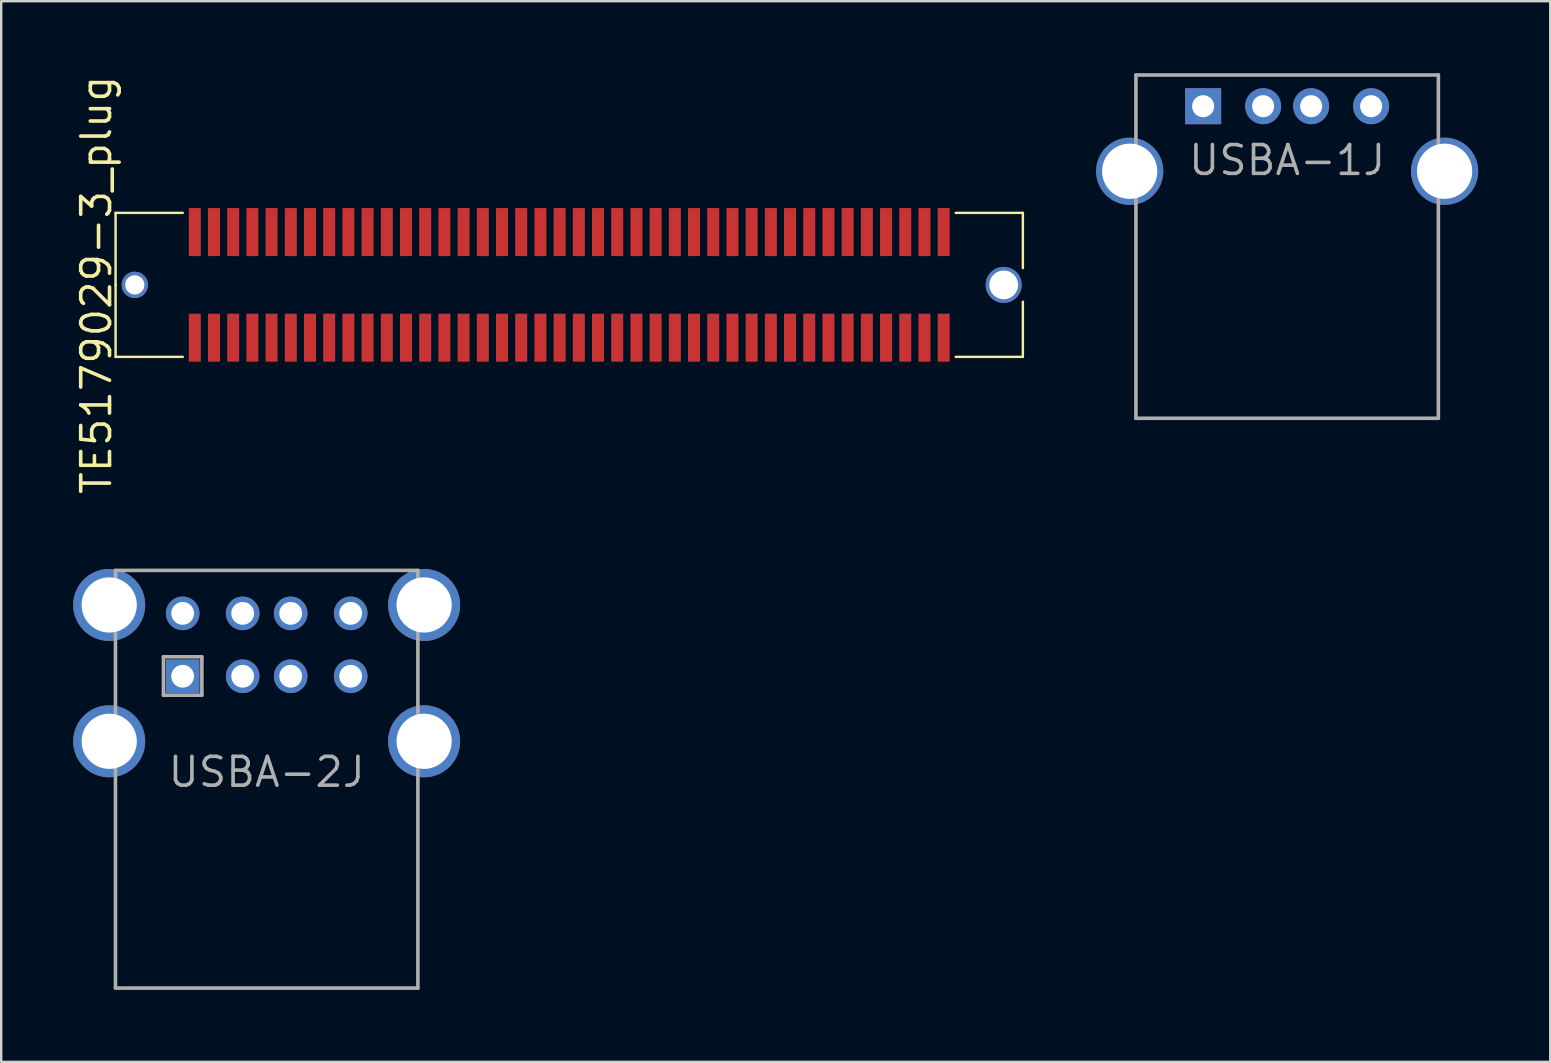
<source format=kicad_pcb>
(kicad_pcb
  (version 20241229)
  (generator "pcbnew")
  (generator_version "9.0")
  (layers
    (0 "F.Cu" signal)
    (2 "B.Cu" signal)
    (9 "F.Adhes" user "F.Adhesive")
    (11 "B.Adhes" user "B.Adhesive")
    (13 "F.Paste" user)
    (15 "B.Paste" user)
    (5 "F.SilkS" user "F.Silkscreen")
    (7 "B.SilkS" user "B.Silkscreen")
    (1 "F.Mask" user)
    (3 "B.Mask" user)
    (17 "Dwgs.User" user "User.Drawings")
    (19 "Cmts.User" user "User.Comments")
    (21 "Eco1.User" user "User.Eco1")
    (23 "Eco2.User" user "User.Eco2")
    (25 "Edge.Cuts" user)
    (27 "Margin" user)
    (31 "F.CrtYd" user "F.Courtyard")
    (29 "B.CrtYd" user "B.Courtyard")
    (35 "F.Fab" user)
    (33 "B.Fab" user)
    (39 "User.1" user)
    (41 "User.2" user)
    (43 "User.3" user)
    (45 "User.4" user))
  (footprint "USBA-1J"
    (layer "F.Cu")
    (at 50.575 1.375)
    (property "Reference" "USBA-1J" (at 0 2.25 0) (layer "F.Fab") (effects (font (size 1.2 1.2) (thickness 0.15))))
    (attr through_hole)
    (fp_line (start -6.3 -1.3) (end 6.3 -1.3) (stroke (width 0.15) (type solid)) (layer "F.Fab"))
    (fp_line (start -6.3 13) (end -6.3 -1.3) (stroke (width 0.15) (type solid)) (layer "F.Fab"))
    (fp_line (start -6.3 13) (end 6.3 13) (stroke (width 0.15) (type solid)) (layer "F.Fab"))
    (fp_line (start 6.3 -1.3) (end 6.3 13) (stroke (width 0.15) (type solid)) (layer "F.Fab"))
    (pad "1" thru_hole rect (at -3.5 0) (size 1.5 1.5) (drill 0.92) (layers "*.Cu" "*.Mask"))
    (pad "2" thru_hole circle (at -1 0) (size 1.5 1.5) (drill 0.92) (layers "*.Cu" "*.Mask"))
    (pad "3" thru_hole circle (at 1 0) (size 1.5 1.5) (drill 0.92) (layers "*.Cu" "*.Mask"))
    (pad "4" thru_hole circle (at 3.5 0) (size 1.5 1.5) (drill 0.92) (layers "*.Cu" "*.Mask"))
    (pad "5" thru_hole circle (at 6.56 2.71) (size 2.8 2.8) (drill 2.3) (layers "*.Cu" "*.Mask"))
    (pad "6" thru_hole circle (at -6.56 2.71) (size 2.8 2.8) (drill 2.3) (layers "*.Cu" "*.Mask")))
  (footprint "USBA-2J"
    (layer "F.Cu")
    (at 8.06 23.814)
    (property "Reference" "USBA-2J" (at 0 5.3 0) (layer "F.Fab") (effects (font (size 1.2 1.2) (thickness 0.15))))
    (attr through_hole)
    (fp_line (start -6.3 -3.1) (end -6.3 14.3) (stroke (width 0.15) (type solid)) (layer "F.Fab"))
    (fp_line (start -6.3 14.3) (end 6.3 14.3) (stroke (width 0.15) (type solid)) (layer "F.Fab"))
    (fp_line (start -4.3 0.5) (end -2.7 0.5) (stroke (width 0.15) (type solid)) (layer "F.Fab"))
    (fp_line (start -4.3 2.1) (end -4.3 0.5) (stroke (width 0.15) (type solid)) (layer "F.Fab"))
    (fp_line (start -2.7 0.5) (end -2.7 2.1) (stroke (width 0.15) (type solid)) (layer "F.Fab"))
    (fp_line (start -2.7 2.1) (end -4.3 2.1) (stroke (width 0.15) (type solid)) (layer "F.Fab"))
    (fp_line (start 6.3 -3.1) (end -6.3 -3.1) (stroke (width 0.15) (type solid)) (layer "F.Fab"))
    (fp_line (start 6.3 14.3) (end 6.3 -3.1) (stroke (width 0.15) (type solid)) (layer "F.Fab"))
    (pad "1" thru_hole rect (at -3.5 1.31) (size 1.4 1.4) (drill 0.95) (layers "*.Cu" "*.Mask"))
    (pad "2" thru_hole circle (at -1 1.31) (size 1.4 1.4) (drill 0.95) (layers "*.Cu" "*.Mask"))
    (pad "3" thru_hole circle (at 1 1.31) (size 1.4 1.4) (drill 0.95) (layers "*.Cu" "*.Mask"))
    (pad "4" thru_hole circle (at 3.5 1.31) (size 1.4 1.4) (drill 0.95) (layers "*.Cu" "*.Mask"))
    (pad "5" thru_hole circle (at -3.5 -1.31) (size 1.4 1.4) (drill 0.95) (layers "*.Cu" "*.Mask"))
    (pad "6" thru_hole circle (at -1 -1.31) (size 1.4 1.4) (drill 0.95) (layers "*.Cu" "*.Mask"))
    (pad "7" thru_hole circle (at 1 -1.31) (size 1.4 1.4) (drill 0.95) (layers "*.Cu" "*.Mask"))
    (pad "8" thru_hole circle (at 3.5 -1.31) (size 1.4 1.4) (drill 0.95) (layers "*.Cu" "*.Mask"))
    (pad "9" thru_hole circle (at -6.56 -1.66) (size 3 3) (drill 2.3) (layers "*.Cu" "*.Mask"))
    (pad "10" thru_hole circle (at 6.56 -1.66) (size 3 3) (drill 2.3) (layers "*.Cu" "*.Mask"))
    (pad "11" thru_hole circle (at -6.56 4.02) (size 3 3) (drill 2.3) (layers "*.Cu" "*.Mask"))
    (pad "12" thru_hole circle (at 6.56 4.02) (size 3 3) (drill 2.3) (layers "*.Cu" "*.Mask")))
  (footprint "TE5179029-3_plug"
    (layer "F.Cu")
    (at 20.665 8.819)
    (property "Reference" "TE5179029-3_plug" (at -19.7 0 90) (layer "F.SilkS") (effects (font (size 1.2 1.2) (thickness 0.15))))
    (attr through_hole)
    (fp_line (start -18.9 -3) (end -16.1 -3) (stroke (width 0.1) (type solid)) (layer "F.SilkS"))
    (fp_line (start -18.9 0) (end -18.9 -3) (stroke (width 0.1) (type solid)) (layer "F.SilkS"))
    (fp_line (start -18.9 0) (end -18.9 3) (stroke (width 0.1) (type solid)) (layer "F.SilkS"))
    (fp_line (start -18.9 3) (end -16.1 3) (stroke (width 0.1) (type solid)) (layer "F.SilkS"))
    (fp_line (start 18.9 -3) (end 16.1 -3) (stroke (width 0.1) (type solid)) (layer "F.SilkS"))
    (fp_line (start 18.9 -0.7) (end 18.9 -3) (stroke (width 0.1) (type solid)) (layer "F.SilkS"))
    (fp_line (start 18.9 0.7) (end 18.9 3) (stroke (width 0.1) (type solid)) (layer "F.SilkS"))
    (fp_line (start 18.9 3) (end 16.1 3) (stroke (width 0.1) (type solid)) (layer "F.SilkS"))
    (pad "1" smd rect (at -15.6 2.2) (size 0.5 2) (layers "F.Cu" "F.Mask" "F.Paste"))
    (pad "2" smd rect (at -14.8 2.2) (size 0.5 2) (layers "F.Cu" "F.Mask" "F.Paste"))
    (pad "3" smd rect (at -14 2.2) (size 0.5 2) (layers "F.Cu" "F.Mask" "F.Paste"))
    (pad "4" smd rect (at -13.2 2.2) (size 0.5 2) (layers "F.Cu" "F.Mask" "F.Paste"))
    (pad "5" smd rect (at -12.4 2.2) (size 0.5 2) (layers "F.Cu" "F.Mask" "F.Paste"))
    (pad "6" smd rect (at -11.6 2.2) (size 0.5 2) (layers "F.Cu" "F.Mask" "F.Paste"))
    (pad "7" smd rect (at -10.8 2.2) (size 0.5 2) (layers "F.Cu" "F.Mask" "F.Paste"))
    (pad "8" smd rect (at -10 2.2) (size 0.5 2) (layers "F.Cu" "F.Mask" "F.Paste"))
    (pad "9" smd rect (at -9.2 2.2) (size 0.5 2) (layers "F.Cu" "F.Mask" "F.Paste"))
    (pad "10" smd rect (at -8.4 2.2) (size 0.5 2) (layers "F.Cu" "F.Mask" "F.Paste"))
    (pad "11" smd rect (at -7.6 2.2) (size 0.5 2) (layers "F.Cu" "F.Mask" "F.Paste"))
    (pad "12" smd rect (at -6.8 2.2) (size 0.5 2) (layers "F.Cu" "F.Mask" "F.Paste"))
    (pad "13" smd rect (at -6 2.2) (size 0.5 2) (layers "F.Cu" "F.Mask" "F.Paste"))
    (pad "14" smd rect (at -5.2 2.2) (size 0.5 2) (layers "F.Cu" "F.Mask" "F.Paste"))
    (pad "15" smd rect (at -4.4 2.2) (size 0.5 2) (layers "F.Cu" "F.Mask" "F.Paste"))
    (pad "16" smd rect (at -3.6 2.2) (size 0.5 2) (layers "F.Cu" "F.Mask" "F.Paste"))
    (pad "17" smd rect (at -2.8 2.2) (size 0.5 2) (layers "F.Cu" "F.Mask" "F.Paste"))
    (pad "18" smd rect (at -2 2.2) (size 0.5 2) (layers "F.Cu" "F.Mask" "F.Paste"))
    (pad "19" smd rect (at -1.2 2.2) (size 0.5 2) (layers "F.Cu" "F.Mask" "F.Paste"))
    (pad "20" smd rect (at -0.4 2.2) (size 0.5 2) (layers "F.Cu" "F.Mask" "F.Paste"))
    (pad "21" smd rect (at 0.4 2.2) (size 0.5 2) (layers "F.Cu" "F.Mask" "F.Paste"))
    (pad "22" smd rect (at 1.2 2.2) (size 0.5 2) (layers "F.Cu" "F.Mask" "F.Paste"))
    (pad "23" smd rect (at 2 2.2) (size 0.5 2) (layers "F.Cu" "F.Mask" "F.Paste"))
    (pad "24" smd rect (at 2.8 2.2) (size 0.5 2) (layers "F.Cu" "F.Mask" "F.Paste"))
    (pad "25" smd rect (at 3.6 2.2) (size 0.5 2) (layers "F.Cu" "F.Mask" "F.Paste"))
    (pad "26" smd rect (at 4.4 2.2) (size 0.5 2) (layers "F.Cu" "F.Mask" "F.Paste"))
    (pad "27" smd rect (at 5.2 2.2) (size 0.5 2) (layers "F.Cu" "F.Mask" "F.Paste"))
    (pad "28" smd rect (at 6 2.2) (size 0.5 2) (layers "F.Cu" "F.Mask" "F.Paste"))
    (pad "29" smd rect (at 6.8 2.2) (size 0.5 2) (layers "F.Cu" "F.Mask" "F.Paste"))
    (pad "30" smd rect (at 7.6 2.2) (size 0.5 2) (layers "F.Cu" "F.Mask" "F.Paste"))
    (pad "31" smd rect (at 8.4 2.2) (size 0.5 2) (layers "F.Cu" "F.Mask" "F.Paste"))
    (pad "32" smd rect (at 9.2 2.2) (size 0.5 2) (layers "F.Cu" "F.Mask" "F.Paste"))
    (pad "33" smd rect (at 10 2.2) (size 0.5 2) (layers "F.Cu" "F.Mask" "F.Paste"))
    (pad "34" smd rect (at 10.8 2.2) (size 0.5 2) (layers "F.Cu" "F.Mask" "F.Paste"))
    (pad "35" smd rect (at 11.6 2.2) (size 0.5 2) (layers "F.Cu" "F.Mask" "F.Paste"))
    (pad "36" smd rect (at 12.4 2.2) (size 0.5 2) (layers "F.Cu" "F.Mask" "F.Paste"))
    (pad "37" smd rect (at 13.2 2.2) (size 0.5 2) (layers "F.Cu" "F.Mask" "F.Paste"))
    (pad "38" smd rect (at 14 2.2) (size 0.5 2) (layers "F.Cu" "F.Mask" "F.Paste"))
    (pad "39" smd rect (at 14.8 2.2) (size 0.5 2) (layers "F.Cu" "F.Mask" "F.Paste"))
    (pad "40" smd rect (at 15.6 2.2) (size 0.5 2) (layers "F.Cu" "F.Mask" "F.Paste"))
    (pad "41" smd rect (at 15.6 -2.2) (size 0.5 2) (layers "F.Cu" "F.Mask" "F.Paste"))
    (pad "42" smd rect (at 14.8 -2.2) (size 0.5 2) (layers "F.Cu" "F.Mask" "F.Paste"))
    (pad "43" smd rect (at 14 -2.2) (size 0.5 2) (layers "F.Cu" "F.Mask" "F.Paste"))
    (pad "44" smd rect (at 13.2 -2.2) (size 0.5 2) (layers "F.Cu" "F.Mask" "F.Paste"))
    (pad "45" smd rect (at 12.4 -2.2) (size 0.5 2) (layers "F.Cu" "F.Mask" "F.Paste"))
    (pad "46" smd rect (at 11.6 -2.2) (size 0.5 2) (layers "F.Cu" "F.Mask" "F.Paste"))
    (pad "47" smd rect (at 10.8 -2.2) (size 0.5 2) (layers "F.Cu" "F.Mask" "F.Paste"))
    (pad "48" smd rect (at 10 -2.2) (size 0.5 2) (layers "F.Cu" "F.Mask" "F.Paste"))
    (pad "49" smd rect (at 9.2 -2.2) (size 0.5 2) (layers "F.Cu" "F.Mask" "F.Paste"))
    (pad "50" smd rect (at 8.4 -2.2) (size 0.5 2) (layers "F.Cu" "F.Mask" "F.Paste"))
    (pad "51" smd rect (at 7.6 -2.2) (size 0.5 2) (layers "F.Cu" "F.Mask" "F.Paste"))
    (pad "52" smd rect (at 6.8 -2.2) (size 0.5 2) (layers "F.Cu" "F.Mask" "F.Paste"))
    (pad "53" smd rect (at 6 -2.2) (size 0.5 2) (layers "F.Cu" "F.Mask" "F.Paste"))
    (pad "54" smd rect (at 5.2 -2.2) (size 0.5 2) (layers "F.Cu" "F.Mask" "F.Paste"))
    (pad "55" smd rect (at 4.4 -2.2) (size 0.5 2) (layers "F.Cu" "F.Mask" "F.Paste"))
    (pad "56" smd rect (at 3.6 -2.2) (size 0.5 2) (layers "F.Cu" "F.Mask" "F.Paste"))
    (pad "57" smd rect (at 2.8 -2.2) (size 0.5 2) (layers "F.Cu" "F.Mask" "F.Paste"))
    (pad "58" smd rect (at 2 -2.2) (size 0.5 2) (layers "F.Cu" "F.Mask" "F.Paste"))
    (pad "59" smd rect (at 1.2 -2.2) (size 0.5 2) (layers "F.Cu" "F.Mask" "F.Paste"))
    (pad "60" smd rect (at 0.4 -2.2) (size 0.5 2) (layers "F.Cu" "F.Mask" "F.Paste"))
    (pad "61" smd rect (at -0.4 -2.2) (size 0.5 2) (layers "F.Cu" "F.Mask" "F.Paste"))
    (pad "62" smd rect (at -1.2 -2.2) (size 0.5 2) (layers "F.Cu" "F.Mask" "F.Paste"))
    (pad "63" smd rect (at -2 -2.2) (size 0.5 2) (layers "F.Cu" "F.Mask" "F.Paste"))
    (pad "64" smd rect (at -2.8 -2.2) (size 0.5 2) (layers "F.Cu" "F.Mask" "F.Paste"))
    (pad "65" smd rect (at -3.6 -2.2) (size 0.5 2) (layers "F.Cu" "F.Mask" "F.Paste"))
    (pad "66" smd rect (at -4.4 -2.2) (size 0.5 2) (layers "F.Cu" "F.Mask" "F.Paste"))
    (pad "67" smd rect (at -5.2 -2.2) (size 0.5 2) (layers "F.Cu" "F.Mask" "F.Paste"))
    (pad "68" smd rect (at -6 -2.2) (size 0.5 2) (layers "F.Cu" "F.Mask" "F.Paste"))
    (pad "69" smd rect (at -6.8 -2.2) (size 0.5 2) (layers "F.Cu" "F.Mask" "F.Paste"))
    (pad "70" smd rect (at -7.6 -2.2) (size 0.5 2) (layers "F.Cu" "F.Mask" "F.Paste"))
    (pad "71" smd rect (at -8.4 -2.2) (size 0.5 2) (layers "F.Cu" "F.Mask" "F.Paste"))
    (pad "72" smd rect (at -9.2 -2.2) (size 0.5 2) (layers "F.Cu" "F.Mask" "F.Paste"))
    (pad "73" smd rect (at -10 -2.2) (size 0.5 2) (layers "F.Cu" "F.Mask" "F.Paste"))
    (pad "74" smd rect (at -10.8 -2.2) (size 0.5 2) (layers "F.Cu" "F.Mask" "F.Paste"))
    (pad "75" smd rect (at -11.6 -2.2) (size 0.5 2) (layers "F.Cu" "F.Mask" "F.Paste"))
    (pad "76" smd rect (at -12.4 -2.2) (size 0.5 2) (layers "F.Cu" "F.Mask" "F.Paste"))
    (pad "77" smd rect (at -13.2 -2.2) (size 0.5 2) (layers "F.Cu" "F.Mask" "F.Paste"))
    (pad "78" smd rect (at -14 -2.2) (size 0.5 2) (layers "F.Cu" "F.Mask" "F.Paste"))
    (pad "79" smd rect (at -14.8 -2.2) (size 0.5 2) (layers "F.Cu" "F.Mask" "F.Paste"))
    (pad "80" smd rect (at -15.6 -2.2) (size 0.5 2) (layers "F.Cu" "F.Mask" "F.Paste"))
    (pad "81" thru_hole circle (at -18.1 0) (size 1.1 1.1) (drill 0.8) (layers "*.Cu" "*.Mask"))
    (pad "82" thru_hole circle (at 18.1 0) (size 1.5 1.5) (drill 1.2) (layers "*.Cu" "*.Mask")))
  (gr_rect
    (start -3 -3)
    (end 61.535 41.189)
    (stroke (width 0.1) (type default))
    (fill no)
    (layer "Edge.Cuts")))
</source>
